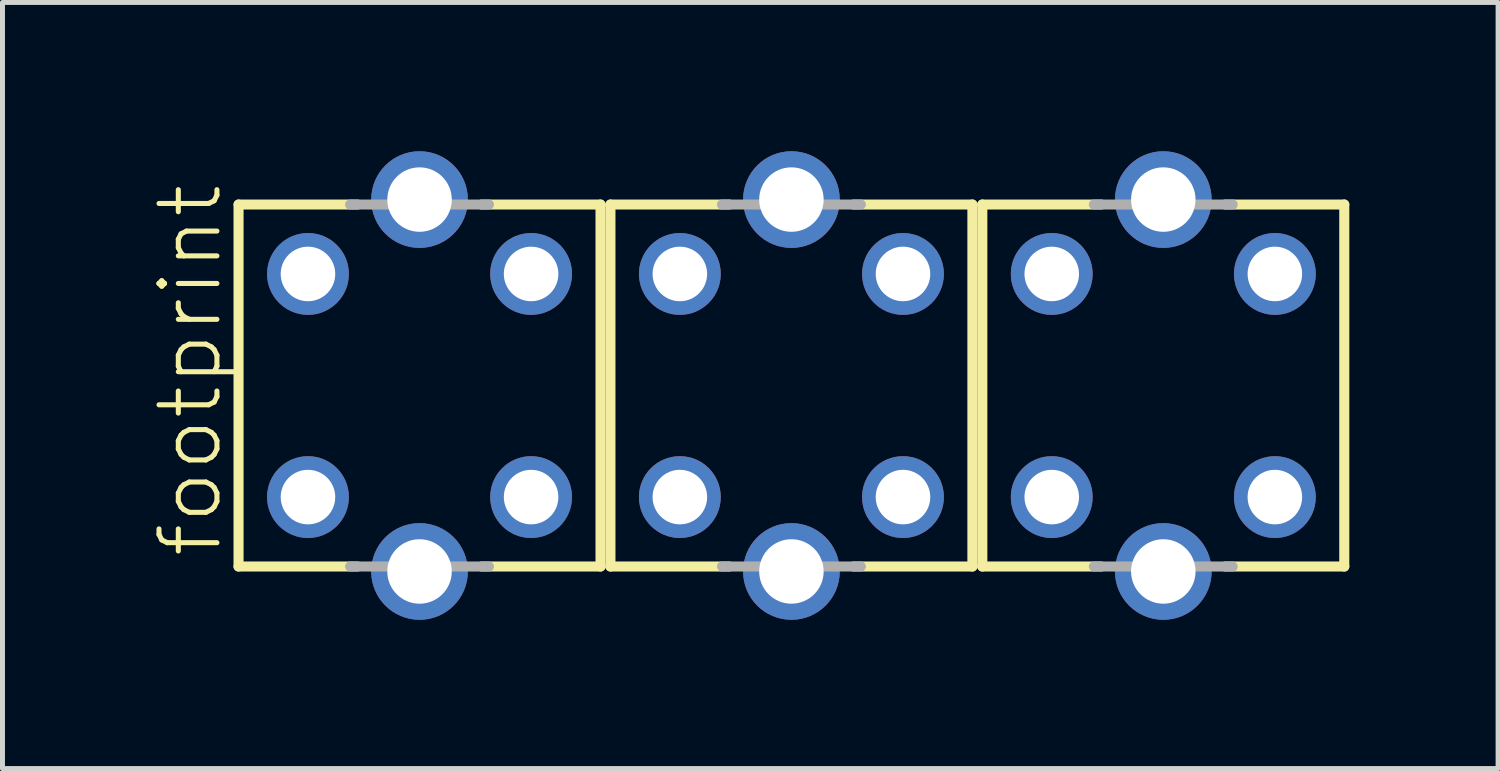
<source format=kicad_pcb>
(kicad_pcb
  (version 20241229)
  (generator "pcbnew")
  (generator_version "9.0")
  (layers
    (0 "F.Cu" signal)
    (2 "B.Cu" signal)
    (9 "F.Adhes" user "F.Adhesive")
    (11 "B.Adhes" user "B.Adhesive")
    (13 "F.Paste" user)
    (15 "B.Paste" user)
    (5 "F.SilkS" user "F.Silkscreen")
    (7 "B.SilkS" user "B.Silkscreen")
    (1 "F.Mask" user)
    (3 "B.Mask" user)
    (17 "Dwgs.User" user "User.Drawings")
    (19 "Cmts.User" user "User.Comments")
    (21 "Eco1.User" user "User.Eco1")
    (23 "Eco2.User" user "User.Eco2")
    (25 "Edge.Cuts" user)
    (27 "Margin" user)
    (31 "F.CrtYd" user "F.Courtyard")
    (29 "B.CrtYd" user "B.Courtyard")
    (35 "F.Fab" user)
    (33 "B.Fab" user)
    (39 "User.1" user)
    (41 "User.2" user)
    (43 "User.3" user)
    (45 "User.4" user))
  (footprint "footprint"
    (layer "F.Cu")
    (at 12.911 4.725)
    (property "Reference" "footprint" (at -11.438 3.515 90) (layer "F.SilkS") (effects (font (size 1.168 1.168) (thickness 0.102)) (justify left bottom)))
    (fp_line (start -11.15 -3.65) (end -8.75 -3.65) (stroke (width 0.203) (type solid)) (layer "F.SilkS"))
    (fp_line (start -11.15 3.65) (end -11.15 -3.65) (stroke (width 0.203) (type solid)) (layer "F.SilkS"))
    (fp_line (start -8.75 3.65) (end -11.15 3.65) (stroke (width 0.203) (type solid)) (layer "F.SilkS"))
    (fp_line (start -6.25 -3.65) (end -3.85 -3.65) (stroke (width 0.203) (type solid)) (layer "F.SilkS"))
    (fp_line (start -3.85 -3.65) (end -3.85 3.65) (stroke (width 0.203) (type solid)) (layer "F.SilkS"))
    (fp_line (start -3.85 3.65) (end -6.25 3.65) (stroke (width 0.203) (type solid)) (layer "F.SilkS"))
    (fp_line (start -3.65 -3.65) (end -1.25 -3.65) (stroke (width 0.203) (type solid)) (layer "F.SilkS"))
    (fp_line (start -3.65 3.65) (end -3.65 -3.65) (stroke (width 0.203) (type solid)) (layer "F.SilkS"))
    (fp_line (start -1.25 3.65) (end -3.65 3.65) (stroke (width 0.203) (type solid)) (layer "F.SilkS"))
    (fp_line (start 1.25 -3.65) (end 3.65 -3.65) (stroke (width 0.203) (type solid)) (layer "F.SilkS"))
    (fp_line (start 3.65 -3.65) (end 3.65 3.65) (stroke (width 0.203) (type solid)) (layer "F.SilkS"))
    (fp_line (start 3.65 3.65) (end 1.25 3.65) (stroke (width 0.203) (type solid)) (layer "F.SilkS"))
    (fp_line (start 3.85 -3.65) (end 6.25 -3.65) (stroke (width 0.203) (type solid)) (layer "F.SilkS"))
    (fp_line (start 3.85 3.65) (end 3.85 -3.65) (stroke (width 0.203) (type solid)) (layer "F.SilkS"))
    (fp_line (start 6.25 3.65) (end 3.85 3.65) (stroke (width 0.203) (type solid)) (layer "F.SilkS"))
    (fp_line (start 8.75 -3.65) (end 11.15 -3.65) (stroke (width 0.203) (type solid)) (layer "F.SilkS"))
    (fp_line (start 11.15 -3.65) (end 11.15 3.65) (stroke (width 0.203) (type solid)) (layer "F.SilkS"))
    (fp_line (start 11.15 3.65) (end 8.75 3.65) (stroke (width 0.203) (type solid)) (layer "F.SilkS"))
    (fp_line (start -8.9 -3.65) (end -6.1 -3.65) (stroke (width 0.203) (type solid)) (layer "F.Fab"))
    (fp_line (start -6.1 3.65) (end -8.9 3.65) (stroke (width 0.203) (type solid)) (layer "F.Fab"))
    (fp_line (start -1.4 -3.65) (end 1.4 -3.65) (stroke (width 0.203) (type solid)) (layer "F.Fab"))
    (fp_line (start 1.4 3.65) (end -1.4 3.65) (stroke (width 0.203) (type solid)) (layer "F.Fab"))
    (fp_line (start 6.1 -3.65) (end 8.9 -3.65) (stroke (width 0.203) (type solid)) (layer "F.Fab"))
    (fp_line (start 8.9 3.65) (end 6.1 3.65) (stroke (width 0.203) (type solid)) (layer "F.Fab"))
    (pad "1" thru_hole circle (at 5.25 2.25) (size 1.65 1.65) (drill 1.1) (layers "*.Cu" "*.Mask"))
    (pad "2" thru_hole circle (at 5.25 -2.25) (size 1.65 1.65) (drill 1.1) (layers "*.Cu" "*.Mask"))
    (pad "4" thru_hole circle (at 9.75 -2.25) (size 1.65 1.65) (drill 1.1) (layers "*.Cu" "*.Mask"))
    (pad "5" thru_hole circle (at 9.75 2.25) (size 1.65 1.65) (drill 1.1) (layers "*.Cu" "*.Mask"))
    (pad "21" thru_hole circle (at -2.25 2.25) (size 1.65 1.65) (drill 1.1) (layers "*.Cu" "*.Mask"))
    (pad "22" thru_hole circle (at -2.25 -2.25) (size 1.65 1.65) (drill 1.1) (layers "*.Cu" "*.Mask"))
    (pad "24" thru_hole circle (at 2.25 -2.25) (size 1.65 1.65) (drill 1.1) (layers "*.Cu" "*.Mask"))
    (pad "25" thru_hole circle (at 2.25 2.25) (size 1.65 1.65) (drill 1.1) (layers "*.Cu" "*.Mask"))
    (pad "31" thru_hole circle (at -9.75 2.25) (size 1.65 1.65) (drill 1.1) (layers "*.Cu" "*.Mask"))
    (pad "32" thru_hole circle (at -9.75 -2.25) (size 1.65 1.65) (drill 1.1) (layers "*.Cu" "*.Mask"))
    (pad "34" thru_hole circle (at -5.25 -2.25) (size 1.65 1.65) (drill 1.1) (layers "*.Cu" "*.Mask"))
    (pad "35" thru_hole circle (at -5.25 2.25) (size 1.65 1.65) (drill 1.1) (layers "*.Cu" "*.Mask"))
    (pad "S1" thru_hole circle (at 7.5 3.75) (size 1.95 1.95) (drill 1.3) (layers "*.Cu" "*.Mask"))
    (pad "S2" thru_hole circle (at 7.5 -3.75) (size 1.95 1.95) (drill 1.3) (layers "*.Cu" "*.Mask"))
    (pad "S3" thru_hole circle (at 0 3.75) (size 1.95 1.95) (drill 1.3) (layers "*.Cu" "*.Mask"))
    (pad "S4" thru_hole circle (at 0 -3.75) (size 1.95 1.95) (drill 1.3) (layers "*.Cu" "*.Mask"))
    (pad "S5" thru_hole circle (at -7.5 3.75) (size 1.95 1.95) (drill 1.3) (layers "*.Cu" "*.Mask"))
    (pad "S6" thru_hole circle (at -7.5 -3.75) (size 1.95 1.95) (drill 1.3) (layers "*.Cu" "*.Mask")))
  (gr_rect
    (start -3 -3)
    (end 27.163 12.45)
    (stroke (width 0.1) (type default))
    (fill no)
    (layer "Edge.Cuts")))
</source>
